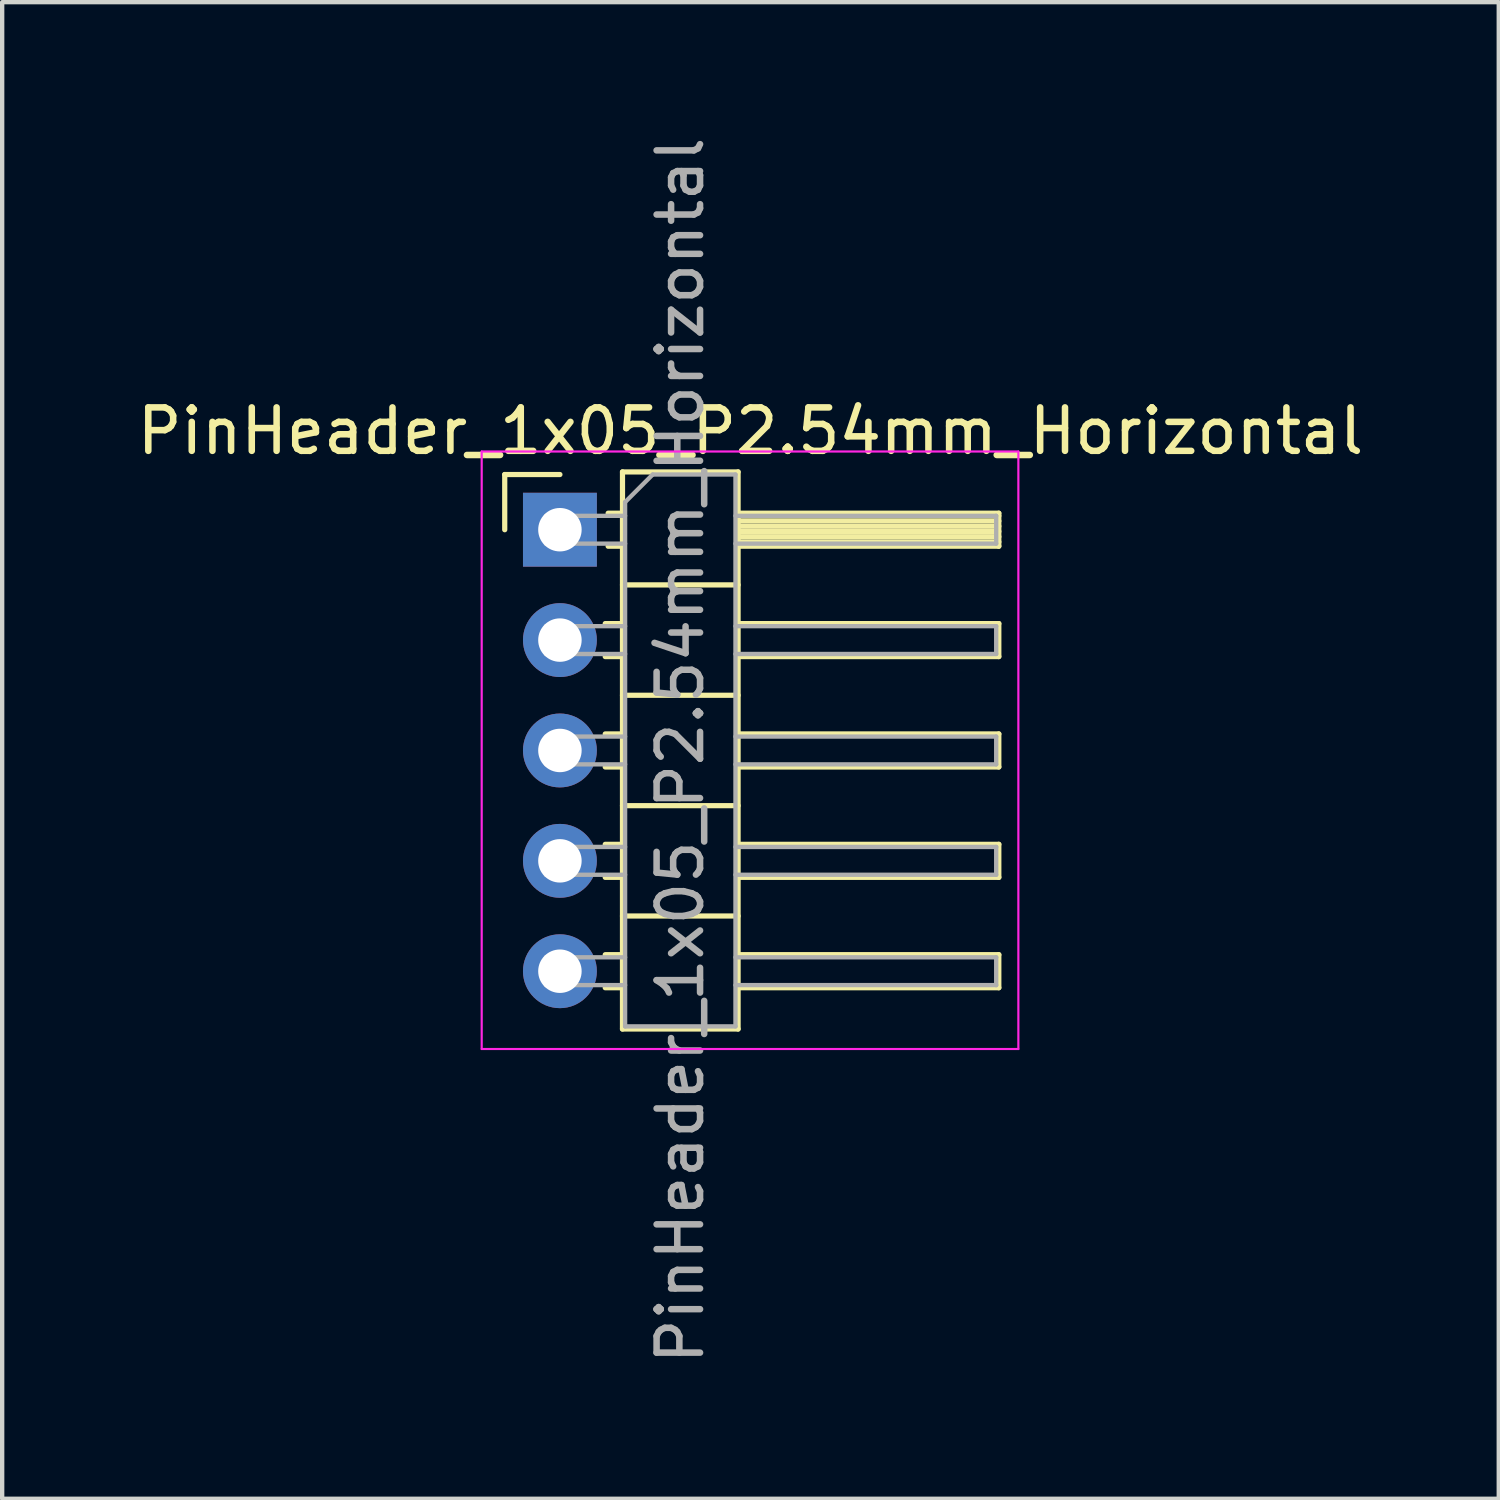
<source format=kicad_pcb>
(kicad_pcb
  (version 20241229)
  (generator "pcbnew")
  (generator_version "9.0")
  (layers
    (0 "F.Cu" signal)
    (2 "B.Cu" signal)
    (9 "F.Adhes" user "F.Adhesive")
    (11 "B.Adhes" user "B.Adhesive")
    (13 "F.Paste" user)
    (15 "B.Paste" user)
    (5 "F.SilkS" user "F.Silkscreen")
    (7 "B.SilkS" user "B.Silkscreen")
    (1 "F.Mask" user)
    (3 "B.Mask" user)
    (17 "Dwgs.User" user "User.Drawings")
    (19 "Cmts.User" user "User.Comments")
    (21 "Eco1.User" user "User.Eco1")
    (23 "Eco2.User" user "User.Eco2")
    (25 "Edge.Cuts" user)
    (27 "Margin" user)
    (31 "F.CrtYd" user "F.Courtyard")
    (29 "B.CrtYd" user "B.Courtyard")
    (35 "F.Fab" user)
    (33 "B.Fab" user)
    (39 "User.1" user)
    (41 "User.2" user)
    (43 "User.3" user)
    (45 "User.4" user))
  (footprint "PinHeader_1x05_P2.54mm_Horizontal"
    (layer "F.Cu")
    (at 9.835 9.14)
    (property "Reference" "PinHeader_1x05_P2.54mm_Horizontal" (at 4.385 -2.27 0) (layer "F.SilkS") (effects (font (size 1 1) (thickness 0.15))))
    (attr through_hole)
    (fp_line (start -1.27 -1.27) (end 0 -1.27) (stroke (width 0.12) (type solid)) (layer "F.SilkS"))
    (fp_line (start -1.27 0) (end -1.27 -1.27) (stroke (width 0.12) (type solid)) (layer "F.SilkS"))
    (fp_line (start 1.043 2.16) (end 1.44 2.16) (stroke (width 0.12) (type solid)) (layer "F.SilkS"))
    (fp_line (start 1.043 2.92) (end 1.44 2.92) (stroke (width 0.12) (type solid)) (layer "F.SilkS"))
    (fp_line (start 1.043 4.7) (end 1.44 4.7) (stroke (width 0.12) (type solid)) (layer "F.SilkS"))
    (fp_line (start 1.043 5.46) (end 1.44 5.46) (stroke (width 0.12) (type solid)) (layer "F.SilkS"))
    (fp_line (start 1.043 7.24) (end 1.44 7.24) (stroke (width 0.12) (type solid)) (layer "F.SilkS"))
    (fp_line (start 1.043 8) (end 1.44 8) (stroke (width 0.12) (type solid)) (layer "F.SilkS"))
    (fp_line (start 1.043 9.78) (end 1.44 9.78) (stroke (width 0.12) (type solid)) (layer "F.SilkS"))
    (fp_line (start 1.043 10.54) (end 1.44 10.54) (stroke (width 0.12) (type solid)) (layer "F.SilkS"))
    (fp_line (start 1.11 -0.38) (end 1.44 -0.38) (stroke (width 0.12) (type solid)) (layer "F.SilkS"))
    (fp_line (start 1.11 0.38) (end 1.44 0.38) (stroke (width 0.12) (type solid)) (layer "F.SilkS"))
    (fp_line (start 1.44 -1.33) (end 1.44 11.49) (stroke (width 0.12) (type solid)) (layer "F.SilkS"))
    (fp_line (start 1.44 1.27) (end 4.1 1.27) (stroke (width 0.12) (type solid)) (layer "F.SilkS"))
    (fp_line (start 1.44 3.81) (end 4.1 3.81) (stroke (width 0.12) (type solid)) (layer "F.SilkS"))
    (fp_line (start 1.44 6.35) (end 4.1 6.35) (stroke (width 0.12) (type solid)) (layer "F.SilkS"))
    (fp_line (start 1.44 8.89) (end 4.1 8.89) (stroke (width 0.12) (type solid)) (layer "F.SilkS"))
    (fp_line (start 1.44 11.49) (end 4.1 11.49) (stroke (width 0.12) (type solid)) (layer "F.SilkS"))
    (fp_line (start 4.1 -1.33) (end 1.44 -1.33) (stroke (width 0.12) (type solid)) (layer "F.SilkS"))
    (fp_line (start 4.1 -0.38) (end 10.1 -0.38) (stroke (width 0.12) (type solid)) (layer "F.SilkS"))
    (fp_line (start 4.1 -0.32) (end 10.1 -0.32) (stroke (width 0.12) (type solid)) (layer "F.SilkS"))
    (fp_line (start 4.1 -0.2) (end 10.1 -0.2) (stroke (width 0.12) (type solid)) (layer "F.SilkS"))
    (fp_line (start 4.1 -0.08) (end 10.1 -0.08) (stroke (width 0.12) (type solid)) (layer "F.SilkS"))
    (fp_line (start 4.1 0.04) (end 10.1 0.04) (stroke (width 0.12) (type solid)) (layer "F.SilkS"))
    (fp_line (start 4.1 0.16) (end 10.1 0.16) (stroke (width 0.12) (type solid)) (layer "F.SilkS"))
    (fp_line (start 4.1 0.28) (end 10.1 0.28) (stroke (width 0.12) (type solid)) (layer "F.SilkS"))
    (fp_line (start 4.1 2.16) (end 10.1 2.16) (stroke (width 0.12) (type solid)) (layer "F.SilkS"))
    (fp_line (start 4.1 4.7) (end 10.1 4.7) (stroke (width 0.12) (type solid)) (layer "F.SilkS"))
    (fp_line (start 4.1 7.24) (end 10.1 7.24) (stroke (width 0.12) (type solid)) (layer "F.SilkS"))
    (fp_line (start 4.1 9.78) (end 10.1 9.78) (stroke (width 0.12) (type solid)) (layer "F.SilkS"))
    (fp_line (start 4.1 11.49) (end 4.1 -1.33) (stroke (width 0.12) (type solid)) (layer "F.SilkS"))
    (fp_line (start 10.1 -0.38) (end 10.1 0.38) (stroke (width 0.12) (type solid)) (layer "F.SilkS"))
    (fp_line (start 10.1 0.38) (end 4.1 0.38) (stroke (width 0.12) (type solid)) (layer "F.SilkS"))
    (fp_line (start 10.1 2.16) (end 10.1 2.92) (stroke (width 0.12) (type solid)) (layer "F.SilkS"))
    (fp_line (start 10.1 2.92) (end 4.1 2.92) (stroke (width 0.12) (type solid)) (layer "F.SilkS"))
    (fp_line (start 10.1 4.7) (end 10.1 5.46) (stroke (width 0.12) (type solid)) (layer "F.SilkS"))
    (fp_line (start 10.1 5.46) (end 4.1 5.46) (stroke (width 0.12) (type solid)) (layer "F.SilkS"))
    (fp_line (start 10.1 7.24) (end 10.1 8) (stroke (width 0.12) (type solid)) (layer "F.SilkS"))
    (fp_line (start 10.1 8) (end 4.1 8) (stroke (width 0.12) (type solid)) (layer "F.SilkS"))
    (fp_line (start 10.1 9.78) (end 10.1 10.54) (stroke (width 0.12) (type solid)) (layer "F.SilkS"))
    (fp_line (start 10.1 10.54) (end 4.1 10.54) (stroke (width 0.12) (type solid)) (layer "F.SilkS"))
    (fp_line (start -1.8 -1.8) (end -1.8 11.95) (stroke (width 0.05) (type solid)) (layer "F.CrtYd"))
    (fp_line (start -1.8 11.95) (end 10.55 11.95) (stroke (width 0.05) (type solid)) (layer "F.CrtYd"))
    (fp_line (start 10.55 -1.8) (end -1.8 -1.8) (stroke (width 0.05) (type solid)) (layer "F.CrtYd"))
    (fp_line (start 10.55 11.95) (end 10.55 -1.8) (stroke (width 0.05) (type solid)) (layer "F.CrtYd"))
    (fp_line (start -0.32 -0.32) (end -0.32 0.32) (stroke (width 0.1) (type solid)) (layer "F.Fab"))
    (fp_line (start -0.32 -0.32) (end 1.5 -0.32) (stroke (width 0.1) (type solid)) (layer "F.Fab"))
    (fp_line (start -0.32 0.32) (end 1.5 0.32) (stroke (width 0.1) (type solid)) (layer "F.Fab"))
    (fp_line (start -0.32 2.22) (end -0.32 2.86) (stroke (width 0.1) (type solid)) (layer "F.Fab"))
    (fp_line (start -0.32 2.22) (end 1.5 2.22) (stroke (width 0.1) (type solid)) (layer "F.Fab"))
    (fp_line (start -0.32 2.86) (end 1.5 2.86) (stroke (width 0.1) (type solid)) (layer "F.Fab"))
    (fp_line (start -0.32 4.76) (end -0.32 5.4) (stroke (width 0.1) (type solid)) (layer "F.Fab"))
    (fp_line (start -0.32 4.76) (end 1.5 4.76) (stroke (width 0.1) (type solid)) (layer "F.Fab"))
    (fp_line (start -0.32 5.4) (end 1.5 5.4) (stroke (width 0.1) (type solid)) (layer "F.Fab"))
    (fp_line (start -0.32 7.3) (end -0.32 7.94) (stroke (width 0.1) (type solid)) (layer "F.Fab"))
    (fp_line (start -0.32 7.3) (end 1.5 7.3) (stroke (width 0.1) (type solid)) (layer "F.Fab"))
    (fp_line (start -0.32 7.94) (end 1.5 7.94) (stroke (width 0.1) (type solid)) (layer "F.Fab"))
    (fp_line (start -0.32 9.84) (end -0.32 10.48) (stroke (width 0.1) (type solid)) (layer "F.Fab"))
    (fp_line (start -0.32 9.84) (end 1.5 9.84) (stroke (width 0.1) (type solid)) (layer "F.Fab"))
    (fp_line (start -0.32 10.48) (end 1.5 10.48) (stroke (width 0.1) (type solid)) (layer "F.Fab"))
    (fp_line (start 1.5 -0.635) (end 2.135 -1.27) (stroke (width 0.1) (type solid)) (layer "F.Fab"))
    (fp_line (start 1.5 11.43) (end 1.5 -0.635) (stroke (width 0.1) (type solid)) (layer "F.Fab"))
    (fp_line (start 2.135 -1.27) (end 4.04 -1.27) (stroke (width 0.1) (type solid)) (layer "F.Fab"))
    (fp_line (start 4.04 -1.27) (end 4.04 11.43) (stroke (width 0.1) (type solid)) (layer "F.Fab"))
    (fp_line (start 4.04 -0.32) (end 10.04 -0.32) (stroke (width 0.1) (type solid)) (layer "F.Fab"))
    (fp_line (start 4.04 0.32) (end 10.04 0.32) (stroke (width 0.1) (type solid)) (layer "F.Fab"))
    (fp_line (start 4.04 2.22) (end 10.04 2.22) (stroke (width 0.1) (type solid)) (layer "F.Fab"))
    (fp_line (start 4.04 2.86) (end 10.04 2.86) (stroke (width 0.1) (type solid)) (layer "F.Fab"))
    (fp_line (start 4.04 4.76) (end 10.04 4.76) (stroke (width 0.1) (type solid)) (layer "F.Fab"))
    (fp_line (start 4.04 5.4) (end 10.04 5.4) (stroke (width 0.1) (type solid)) (layer "F.Fab"))
    (fp_line (start 4.04 7.3) (end 10.04 7.3) (stroke (width 0.1) (type solid)) (layer "F.Fab"))
    (fp_line (start 4.04 7.94) (end 10.04 7.94) (stroke (width 0.1) (type solid)) (layer "F.Fab"))
    (fp_line (start 4.04 9.84) (end 10.04 9.84) (stroke (width 0.1) (type solid)) (layer "F.Fab"))
    (fp_line (start 4.04 10.48) (end 10.04 10.48) (stroke (width 0.1) (type solid)) (layer "F.Fab"))
    (fp_line (start 4.04 11.43) (end 1.5 11.43) (stroke (width 0.1) (type solid)) (layer "F.Fab"))
    (fp_line (start 10.04 -0.32) (end 10.04 0.32) (stroke (width 0.1) (type solid)) (layer "F.Fab"))
    (fp_line (start 10.04 2.22) (end 10.04 2.86) (stroke (width 0.1) (type solid)) (layer "F.Fab"))
    (fp_line (start 10.04 4.76) (end 10.04 5.4) (stroke (width 0.1) (type solid)) (layer "F.Fab"))
    (fp_line (start 10.04 7.3) (end 10.04 7.94) (stroke (width 0.1) (type solid)) (layer "F.Fab"))
    (fp_line (start 10.04 9.84) (end 10.04 10.48) (stroke (width 0.1) (type solid)) (layer "F.Fab"))
    (fp_text user "${REFERENCE}" (at 2.77 5.08 90) (layer "F.Fab") (effects (font (size 1 1) (thickness 0.15))))
    (pad "1" thru_hole rect (at 0 0) (size 1.7 1.7) (drill 1) (layers "*.Cu" "*.Mask"))
    (pad "2" thru_hole oval (at 0 2.54) (size 1.7 1.7) (drill 1) (layers "*.Cu" "*.Mask"))
    (pad "3" thru_hole oval (at 0 5.08) (size 1.7 1.7) (drill 1) (layers "*.Cu" "*.Mask"))
    (pad "4" thru_hole oval (at 0 7.62) (size 1.7 1.7) (drill 1) (layers "*.Cu" "*.Mask"))
    (pad "5" thru_hole oval (at 0 10.16) (size 1.7 1.7) (drill 1) (layers "*.Cu" "*.Mask")))
  (gr_rect
    (start -3 -3)
    (end 31.44 31.44)
    (stroke (width 0.1) (type default))
    (fill no)
    (layer "Edge.Cuts")))
</source>
